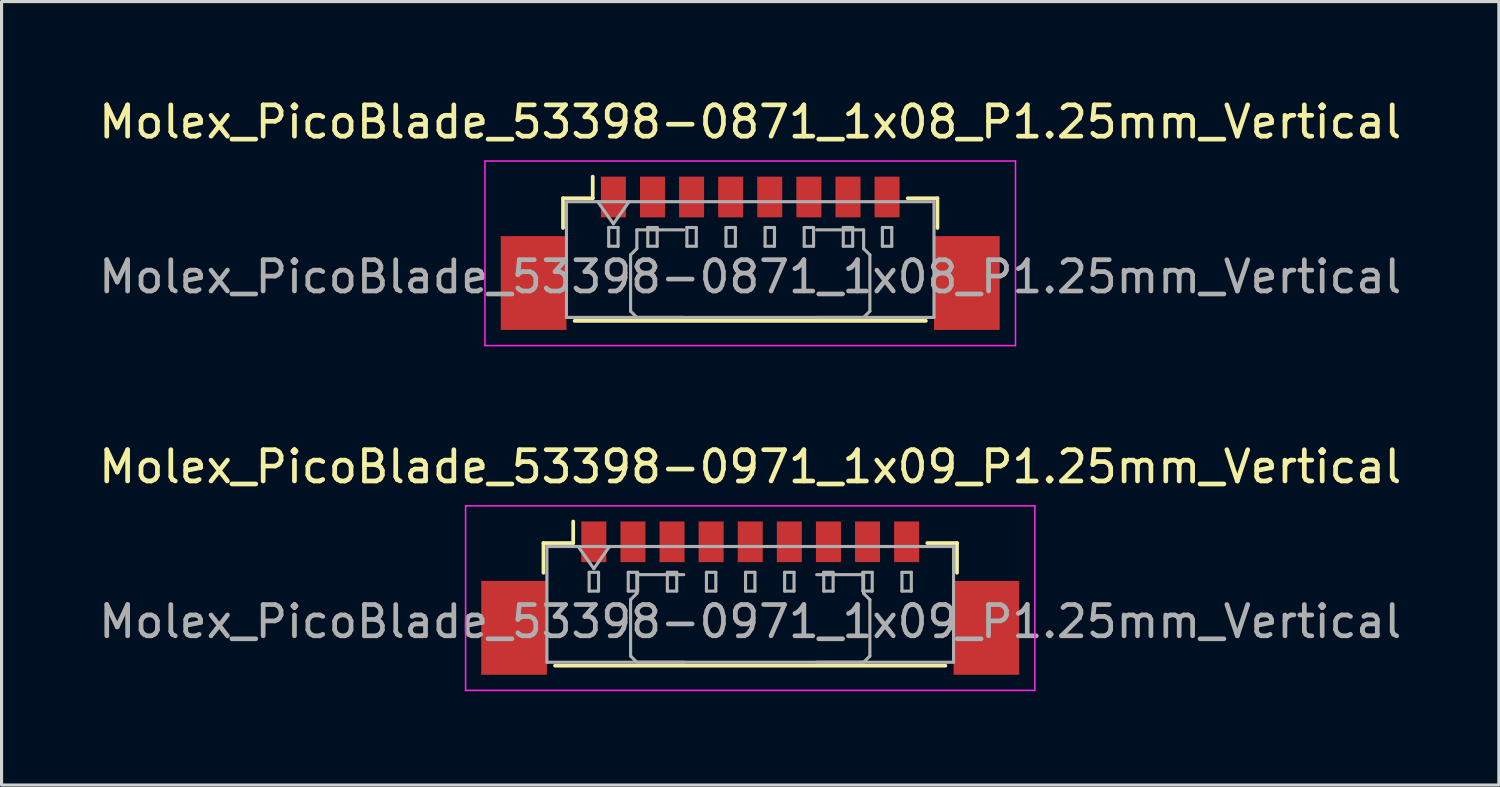
<source format=kicad_pcb>
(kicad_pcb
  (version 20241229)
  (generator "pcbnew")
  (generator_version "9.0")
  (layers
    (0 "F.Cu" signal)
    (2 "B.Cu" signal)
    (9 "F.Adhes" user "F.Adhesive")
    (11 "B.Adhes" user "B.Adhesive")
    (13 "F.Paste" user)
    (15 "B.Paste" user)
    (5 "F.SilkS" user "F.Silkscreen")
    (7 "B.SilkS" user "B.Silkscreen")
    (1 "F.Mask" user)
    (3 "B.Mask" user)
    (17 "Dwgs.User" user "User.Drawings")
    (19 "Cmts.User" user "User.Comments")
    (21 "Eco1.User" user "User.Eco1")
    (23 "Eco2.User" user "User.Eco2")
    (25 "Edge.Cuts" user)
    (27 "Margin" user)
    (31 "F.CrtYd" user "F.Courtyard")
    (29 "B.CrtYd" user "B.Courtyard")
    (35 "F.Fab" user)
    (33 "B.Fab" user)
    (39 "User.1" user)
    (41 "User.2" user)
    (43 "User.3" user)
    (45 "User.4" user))
  (footprint "Molex_PicoBlade_53398-0971_1x09_P1.25mm_Vertical"
    (layer "F.Cu")
    (at 20.935 16.072)
    (property "Reference" "Molex_PicoBlade_53398-0971_1x09_P1.25mm_Vertical" (at 0 -4.2 0) (layer "F.SilkS") (effects (font (size 1 1) (thickness 0.15))))
    (attr smd)
    (fp_line (start -6.61 -1.76) (end -5.66 -1.76) (stroke (width 0.12) (type solid)) (layer "F.SilkS"))
    (fp_line (start -6.61 -0.81) (end -6.61 -1.76) (stroke (width 0.12) (type solid)) (layer "F.SilkS"))
    (fp_line (start -6.24 2.16) (end 6.24 2.16) (stroke (width 0.12) (type solid)) (layer "F.SilkS"))
    (fp_line (start -5.66 -1.76) (end -5.66 -2.45) (stroke (width 0.12) (type solid)) (layer "F.SilkS"))
    (fp_line (start 6.61 -1.76) (end 5.66 -1.76) (stroke (width 0.12) (type solid)) (layer "F.SilkS"))
    (fp_line (start 6.61 -0.81) (end 6.61 -1.76) (stroke (width 0.12) (type solid)) (layer "F.SilkS"))
    (fp_line (start -9.1 -2.95) (end -9.1 2.95) (stroke (width 0.05) (type solid)) (layer "F.CrtYd"))
    (fp_line (start -9.1 2.95) (end 9.1 2.95) (stroke (width 0.05) (type solid)) (layer "F.CrtYd"))
    (fp_line (start 9.1 -2.95) (end -9.1 -2.95) (stroke (width 0.05) (type solid)) (layer "F.CrtYd"))
    (fp_line (start 9.1 2.95) (end 9.1 -2.95) (stroke (width 0.05) (type solid)) (layer "F.CrtYd"))
    (fp_line (start -6.5 -1.65) (end -6.5 2.05) (stroke (width 0.1) (type solid)) (layer "F.Fab"))
    (fp_line (start -6.5 -1.65) (end 6.5 -1.65) (stroke (width 0.1) (type solid)) (layer "F.Fab"))
    (fp_line (start -6.5 2.05) (end 6.5 2.05) (stroke (width 0.1) (type solid)) (layer "F.Fab"))
    (fp_line (start -5.5 -1.65) (end -5 -0.943) (stroke (width 0.1) (type solid)) (layer "F.Fab"))
    (fp_line (start -5.15 -0.825) (end -5.15 -0.225) (stroke (width 0.1) (type solid)) (layer "F.Fab"))
    (fp_line (start -5.15 -0.225) (end -4.85 -0.225) (stroke (width 0.1) (type solid)) (layer "F.Fab"))
    (fp_line (start -5 -0.943) (end -4.5 -1.65) (stroke (width 0.1) (type solid)) (layer "F.Fab"))
    (fp_line (start -4.85 -0.825) (end -5.15 -0.825) (stroke (width 0.1) (type solid)) (layer "F.Fab"))
    (fp_line (start -4.85 -0.225) (end -4.85 -0.825) (stroke (width 0.1) (type solid)) (layer "F.Fab"))
    (fp_line (start -3.9 -0.825) (end -3.9 -0.225) (stroke (width 0.1) (type solid)) (layer "F.Fab"))
    (fp_line (start -3.9 -0.225) (end -3.6 -0.225) (stroke (width 0.1) (type solid)) (layer "F.Fab"))
    (fp_line (start -3.825 0.05) (end -3.625 -0.15) (stroke (width 0.1) (type solid)) (layer "F.Fab"))
    (fp_line (start -3.825 1.85) (end -3.825 0.05) (stroke (width 0.1) (type solid)) (layer "F.Fab"))
    (fp_line (start -3.625 -0.75) (end -2.125 -0.75) (stroke (width 0.1) (type solid)) (layer "F.Fab"))
    (fp_line (start -3.625 -0.15) (end -3.625 -0.75) (stroke (width 0.1) (type solid)) (layer "F.Fab"))
    (fp_line (start -3.625 2.05) (end -3.825 1.85) (stroke (width 0.1) (type solid)) (layer "F.Fab"))
    (fp_line (start -3.6 -0.825) (end -3.9 -0.825) (stroke (width 0.1) (type solid)) (layer "F.Fab"))
    (fp_line (start -3.6 -0.225) (end -3.6 -0.825) (stroke (width 0.1) (type solid)) (layer "F.Fab"))
    (fp_line (start -2.65 -0.825) (end -2.65 -0.225) (stroke (width 0.1) (type solid)) (layer "F.Fab"))
    (fp_line (start -2.65 -0.225) (end -2.35 -0.225) (stroke (width 0.1) (type solid)) (layer "F.Fab"))
    (fp_line (start -2.35 -0.825) (end -2.65 -0.825) (stroke (width 0.1) (type solid)) (layer "F.Fab"))
    (fp_line (start -2.35 -0.225) (end -2.35 -0.825) (stroke (width 0.1) (type solid)) (layer "F.Fab"))
    (fp_line (start -2.125 2.05) (end -3.625 2.05) (stroke (width 0.1) (type solid)) (layer "F.Fab"))
    (fp_line (start -1.4 -0.825) (end -1.4 -0.225) (stroke (width 0.1) (type solid)) (layer "F.Fab"))
    (fp_line (start -1.4 -0.225) (end -1.1 -0.225) (stroke (width 0.1) (type solid)) (layer "F.Fab"))
    (fp_line (start -1.1 -0.825) (end -1.4 -0.825) (stroke (width 0.1) (type solid)) (layer "F.Fab"))
    (fp_line (start -1.1 -0.225) (end -1.1 -0.825) (stroke (width 0.1) (type solid)) (layer "F.Fab"))
    (fp_line (start -0.15 -0.825) (end -0.15 -0.225) (stroke (width 0.1) (type solid)) (layer "F.Fab"))
    (fp_line (start -0.15 -0.225) (end 0.15 -0.225) (stroke (width 0.1) (type solid)) (layer "F.Fab"))
    (fp_line (start 0.15 -0.825) (end -0.15 -0.825) (stroke (width 0.1) (type solid)) (layer "F.Fab"))
    (fp_line (start 0.15 -0.225) (end 0.15 -0.825) (stroke (width 0.1) (type solid)) (layer "F.Fab"))
    (fp_line (start 1.1 -0.825) (end 1.1 -0.225) (stroke (width 0.1) (type solid)) (layer "F.Fab"))
    (fp_line (start 1.1 -0.225) (end 1.4 -0.225) (stroke (width 0.1) (type solid)) (layer "F.Fab"))
    (fp_line (start 1.4 -0.825) (end 1.1 -0.825) (stroke (width 0.1) (type solid)) (layer "F.Fab"))
    (fp_line (start 1.4 -0.225) (end 1.4 -0.825) (stroke (width 0.1) (type solid)) (layer "F.Fab"))
    (fp_line (start 2.125 2.05) (end 3.625 2.05) (stroke (width 0.1) (type solid)) (layer "F.Fab"))
    (fp_line (start 2.35 -0.825) (end 2.35 -0.225) (stroke (width 0.1) (type solid)) (layer "F.Fab"))
    (fp_line (start 2.35 -0.225) (end 2.65 -0.225) (stroke (width 0.1) (type solid)) (layer "F.Fab"))
    (fp_line (start 2.65 -0.825) (end 2.35 -0.825) (stroke (width 0.1) (type solid)) (layer "F.Fab"))
    (fp_line (start 2.65 -0.225) (end 2.65 -0.825) (stroke (width 0.1) (type solid)) (layer "F.Fab"))
    (fp_line (start 3.6 -0.825) (end 3.6 -0.225) (stroke (width 0.1) (type solid)) (layer "F.Fab"))
    (fp_line (start 3.6 -0.225) (end 3.9 -0.225) (stroke (width 0.1) (type solid)) (layer "F.Fab"))
    (fp_line (start 3.625 -0.75) (end 2.125 -0.75) (stroke (width 0.1) (type solid)) (layer "F.Fab"))
    (fp_line (start 3.625 -0.15) (end 3.625 -0.75) (stroke (width 0.1) (type solid)) (layer "F.Fab"))
    (fp_line (start 3.625 2.05) (end 3.825 1.85) (stroke (width 0.1) (type solid)) (layer "F.Fab"))
    (fp_line (start 3.825 0.05) (end 3.625 -0.15) (stroke (width 0.1) (type solid)) (layer "F.Fab"))
    (fp_line (start 3.825 1.85) (end 3.825 0.05) (stroke (width 0.1) (type solid)) (layer "F.Fab"))
    (fp_line (start 3.9 -0.825) (end 3.6 -0.825) (stroke (width 0.1) (type solid)) (layer "F.Fab"))
    (fp_line (start 3.9 -0.225) (end 3.9 -0.825) (stroke (width 0.1) (type solid)) (layer "F.Fab"))
    (fp_line (start 4.85 -0.825) (end 4.85 -0.225) (stroke (width 0.1) (type solid)) (layer "F.Fab"))
    (fp_line (start 4.85 -0.225) (end 5.15 -0.225) (stroke (width 0.1) (type solid)) (layer "F.Fab"))
    (fp_line (start 5.15 -0.825) (end 4.85 -0.825) (stroke (width 0.1) (type solid)) (layer "F.Fab"))
    (fp_line (start 5.15 -0.225) (end 5.15 -0.825) (stroke (width 0.1) (type solid)) (layer "F.Fab"))
    (fp_line (start 6.5 -1.65) (end 6.5 2.05) (stroke (width 0.1) (type solid)) (layer "F.Fab"))
    (fp_text user "${REFERENCE}" (at 0 0.75 0) (layer "F.Fab") (effects (font (size 1 1) (thickness 0.15))))
    (pad "" smd rect (at -7.55 0.95) (size 2.1 3) (layers "F.Cu" "F.Mask" "F.Paste"))
    (pad "" smd rect (at 7.55 0.95) (size 2.1 3) (layers "F.Cu" "F.Mask" "F.Paste"))
    (pad "1" smd rect (at -5 -1.8) (size 0.8 1.3) (layers "F.Cu" "F.Mask" "F.Paste"))
    (pad "2" smd rect (at -3.75 -1.8) (size 0.8 1.3) (layers "F.Cu" "F.Mask" "F.Paste"))
    (pad "3" smd rect (at -2.5 -1.8) (size 0.8 1.3) (layers "F.Cu" "F.Mask" "F.Paste"))
    (pad "4" smd rect (at -1.25 -1.8) (size 0.8 1.3) (layers "F.Cu" "F.Mask" "F.Paste"))
    (pad "5" smd rect (at 0 -1.8) (size 0.8 1.3) (layers "F.Cu" "F.Mask" "F.Paste"))
    (pad "6" smd rect (at 1.25 -1.8) (size 0.8 1.3) (layers "F.Cu" "F.Mask" "F.Paste"))
    (pad "7" smd rect (at 2.5 -1.8) (size 0.8 1.3) (layers "F.Cu" "F.Mask" "F.Paste"))
    (pad "8" smd rect (at 3.75 -1.8) (size 0.8 1.3) (layers "F.Cu" "F.Mask" "F.Paste"))
    (pad "9" smd rect (at 5 -1.8) (size 0.8 1.3) (layers "F.Cu" "F.Mask" "F.Paste")))
  (footprint "Molex_PicoBlade_53398-0871_1x08_P1.25mm_Vertical"
    (layer "F.Cu")
    (at 20.935 5.048)
    (property "Reference" "Molex_PicoBlade_53398-0871_1x08_P1.25mm_Vertical" (at 0 -4.2 0) (layer "F.SilkS") (effects (font (size 1 1) (thickness 0.15))))
    (attr smd)
    (fp_line (start -5.985 -1.76) (end -5.035 -1.76) (stroke (width 0.12) (type solid)) (layer "F.SilkS"))
    (fp_line (start -5.985 -0.81) (end -5.985 -1.76) (stroke (width 0.12) (type solid)) (layer "F.SilkS"))
    (fp_line (start -5.615 2.16) (end 5.615 2.16) (stroke (width 0.12) (type solid)) (layer "F.SilkS"))
    (fp_line (start -5.035 -1.76) (end -5.035 -2.45) (stroke (width 0.12) (type solid)) (layer "F.SilkS"))
    (fp_line (start 5.985 -1.76) (end 5.035 -1.76) (stroke (width 0.12) (type solid)) (layer "F.SilkS"))
    (fp_line (start 5.985 -0.81) (end 5.985 -1.76) (stroke (width 0.12) (type solid)) (layer "F.SilkS"))
    (fp_line (start -8.48 -2.95) (end -8.48 2.95) (stroke (width 0.05) (type solid)) (layer "F.CrtYd"))
    (fp_line (start -8.48 2.95) (end 8.48 2.95) (stroke (width 0.05) (type solid)) (layer "F.CrtYd"))
    (fp_line (start 8.48 -2.95) (end -8.48 -2.95) (stroke (width 0.05) (type solid)) (layer "F.CrtYd"))
    (fp_line (start 8.48 2.95) (end 8.48 -2.95) (stroke (width 0.05) (type solid)) (layer "F.CrtYd"))
    (fp_line (start -5.875 -1.65) (end -5.875 2.05) (stroke (width 0.1) (type solid)) (layer "F.Fab"))
    (fp_line (start -5.875 -1.65) (end 5.875 -1.65) (stroke (width 0.1) (type solid)) (layer "F.Fab"))
    (fp_line (start -5.875 2.05) (end 5.875 2.05) (stroke (width 0.1) (type solid)) (layer "F.Fab"))
    (fp_line (start -4.875 -1.65) (end -4.375 -0.943) (stroke (width 0.1) (type solid)) (layer "F.Fab"))
    (fp_line (start -4.525 -0.825) (end -4.525 -0.225) (stroke (width 0.1) (type solid)) (layer "F.Fab"))
    (fp_line (start -4.525 -0.225) (end -4.225 -0.225) (stroke (width 0.1) (type solid)) (layer "F.Fab"))
    (fp_line (start -4.375 -0.943) (end -3.875 -1.65) (stroke (width 0.1) (type solid)) (layer "F.Fab"))
    (fp_line (start -4.225 -0.825) (end -4.525 -0.825) (stroke (width 0.1) (type solid)) (layer "F.Fab"))
    (fp_line (start -4.225 -0.225) (end -4.225 -0.825) (stroke (width 0.1) (type solid)) (layer "F.Fab"))
    (fp_line (start -3.825 0.05) (end -3.625 -0.15) (stroke (width 0.1) (type solid)) (layer "F.Fab"))
    (fp_line (start -3.825 1.85) (end -3.825 0.05) (stroke (width 0.1) (type solid)) (layer "F.Fab"))
    (fp_line (start -3.625 -0.75) (end -2.125 -0.75) (stroke (width 0.1) (type solid)) (layer "F.Fab"))
    (fp_line (start -3.625 -0.15) (end -3.625 -0.75) (stroke (width 0.1) (type solid)) (layer "F.Fab"))
    (fp_line (start -3.625 2.05) (end -3.825 1.85) (stroke (width 0.1) (type solid)) (layer "F.Fab"))
    (fp_line (start -3.275 -0.825) (end -3.275 -0.225) (stroke (width 0.1) (type solid)) (layer "F.Fab"))
    (fp_line (start -3.275 -0.225) (end -2.975 -0.225) (stroke (width 0.1) (type solid)) (layer "F.Fab"))
    (fp_line (start -2.975 -0.825) (end -3.275 -0.825) (stroke (width 0.1) (type solid)) (layer "F.Fab"))
    (fp_line (start -2.975 -0.225) (end -2.975 -0.825) (stroke (width 0.1) (type solid)) (layer "F.Fab"))
    (fp_line (start -2.125 2.05) (end -3.625 2.05) (stroke (width 0.1) (type solid)) (layer "F.Fab"))
    (fp_line (start -2.025 -0.825) (end -2.025 -0.225) (stroke (width 0.1) (type solid)) (layer "F.Fab"))
    (fp_line (start -2.025 -0.225) (end -1.725 -0.225) (stroke (width 0.1) (type solid)) (layer "F.Fab"))
    (fp_line (start -1.725 -0.825) (end -2.025 -0.825) (stroke (width 0.1) (type solid)) (layer "F.Fab"))
    (fp_line (start -1.725 -0.225) (end -1.725 -0.825) (stroke (width 0.1) (type solid)) (layer "F.Fab"))
    (fp_line (start -0.775 -0.825) (end -0.775 -0.225) (stroke (width 0.1) (type solid)) (layer "F.Fab"))
    (fp_line (start -0.775 -0.225) (end -0.475 -0.225) (stroke (width 0.1) (type solid)) (layer "F.Fab"))
    (fp_line (start -0.475 -0.825) (end -0.775 -0.825) (stroke (width 0.1) (type solid)) (layer "F.Fab"))
    (fp_line (start -0.475 -0.225) (end -0.475 -0.825) (stroke (width 0.1) (type solid)) (layer "F.Fab"))
    (fp_line (start 0.475 -0.825) (end 0.475 -0.225) (stroke (width 0.1) (type solid)) (layer "F.Fab"))
    (fp_line (start 0.475 -0.225) (end 0.775 -0.225) (stroke (width 0.1) (type solid)) (layer "F.Fab"))
    (fp_line (start 0.775 -0.825) (end 0.475 -0.825) (stroke (width 0.1) (type solid)) (layer "F.Fab"))
    (fp_line (start 0.775 -0.225) (end 0.775 -0.825) (stroke (width 0.1) (type solid)) (layer "F.Fab"))
    (fp_line (start 1.725 -0.825) (end 1.725 -0.225) (stroke (width 0.1) (type solid)) (layer "F.Fab"))
    (fp_line (start 1.725 -0.225) (end 2.025 -0.225) (stroke (width 0.1) (type solid)) (layer "F.Fab"))
    (fp_line (start 2.025 -0.825) (end 1.725 -0.825) (stroke (width 0.1) (type solid)) (layer "F.Fab"))
    (fp_line (start 2.025 -0.225) (end 2.025 -0.825) (stroke (width 0.1) (type solid)) (layer "F.Fab"))
    (fp_line (start 2.125 2.05) (end 3.625 2.05) (stroke (width 0.1) (type solid)) (layer "F.Fab"))
    (fp_line (start 2.975 -0.825) (end 2.975 -0.225) (stroke (width 0.1) (type solid)) (layer "F.Fab"))
    (fp_line (start 2.975 -0.225) (end 3.275 -0.225) (stroke (width 0.1) (type solid)) (layer "F.Fab"))
    (fp_line (start 3.275 -0.825) (end 2.975 -0.825) (stroke (width 0.1) (type solid)) (layer "F.Fab"))
    (fp_line (start 3.275 -0.225) (end 3.275 -0.825) (stroke (width 0.1) (type solid)) (layer "F.Fab"))
    (fp_line (start 3.625 -0.75) (end 2.125 -0.75) (stroke (width 0.1) (type solid)) (layer "F.Fab"))
    (fp_line (start 3.625 -0.15) (end 3.625 -0.75) (stroke (width 0.1) (type solid)) (layer "F.Fab"))
    (fp_line (start 3.625 2.05) (end 3.825 1.85) (stroke (width 0.1) (type solid)) (layer "F.Fab"))
    (fp_line (start 3.825 0.05) (end 3.625 -0.15) (stroke (width 0.1) (type solid)) (layer "F.Fab"))
    (fp_line (start 3.825 1.85) (end 3.825 0.05) (stroke (width 0.1) (type solid)) (layer "F.Fab"))
    (fp_line (start 4.225 -0.825) (end 4.225 -0.225) (stroke (width 0.1) (type solid)) (layer "F.Fab"))
    (fp_line (start 4.225 -0.225) (end 4.525 -0.225) (stroke (width 0.1) (type solid)) (layer "F.Fab"))
    (fp_line (start 4.525 -0.825) (end 4.225 -0.825) (stroke (width 0.1) (type solid)) (layer "F.Fab"))
    (fp_line (start 4.525 -0.225) (end 4.525 -0.825) (stroke (width 0.1) (type solid)) (layer "F.Fab"))
    (fp_line (start 5.875 -1.65) (end 5.875 2.05) (stroke (width 0.1) (type solid)) (layer "F.Fab"))
    (fp_text user "${REFERENCE}" (at 0 0.75 0) (layer "F.Fab") (effects (font (size 1 1) (thickness 0.15))))
    (pad "" smd rect (at -6.925 0.95) (size 2.1 3) (layers "F.Cu" "F.Mask" "F.Paste"))
    (pad "" smd rect (at 6.925 0.95) (size 2.1 3) (layers "F.Cu" "F.Mask" "F.Paste"))
    (pad "1" smd rect (at -4.375 -1.8) (size 0.8 1.3) (layers "F.Cu" "F.Mask" "F.Paste"))
    (pad "2" smd rect (at -3.125 -1.8) (size 0.8 1.3) (layers "F.Cu" "F.Mask" "F.Paste"))
    (pad "3" smd rect (at -1.875 -1.8) (size 0.8 1.3) (layers "F.Cu" "F.Mask" "F.Paste"))
    (pad "4" smd rect (at -0.625 -1.8) (size 0.8 1.3) (layers "F.Cu" "F.Mask" "F.Paste"))
    (pad "5" smd rect (at 0.625 -1.8) (size 0.8 1.3) (layers "F.Cu" "F.Mask" "F.Paste"))
    (pad "6" smd rect (at 1.875 -1.8) (size 0.8 1.3) (layers "F.Cu" "F.Mask" "F.Paste"))
    (pad "7" smd rect (at 3.125 -1.8) (size 0.8 1.3) (layers "F.Cu" "F.Mask" "F.Paste"))
    (pad "8" smd rect (at 4.375 -1.8) (size 0.8 1.3) (layers "F.Cu" "F.Mask" "F.Paste")))
  (gr_rect
    (start -3 -3)
    (end 44.869 22.047)
    (stroke (width 0.1) (type default))
    (fill no)
    (layer "Edge.Cuts")))
</source>
